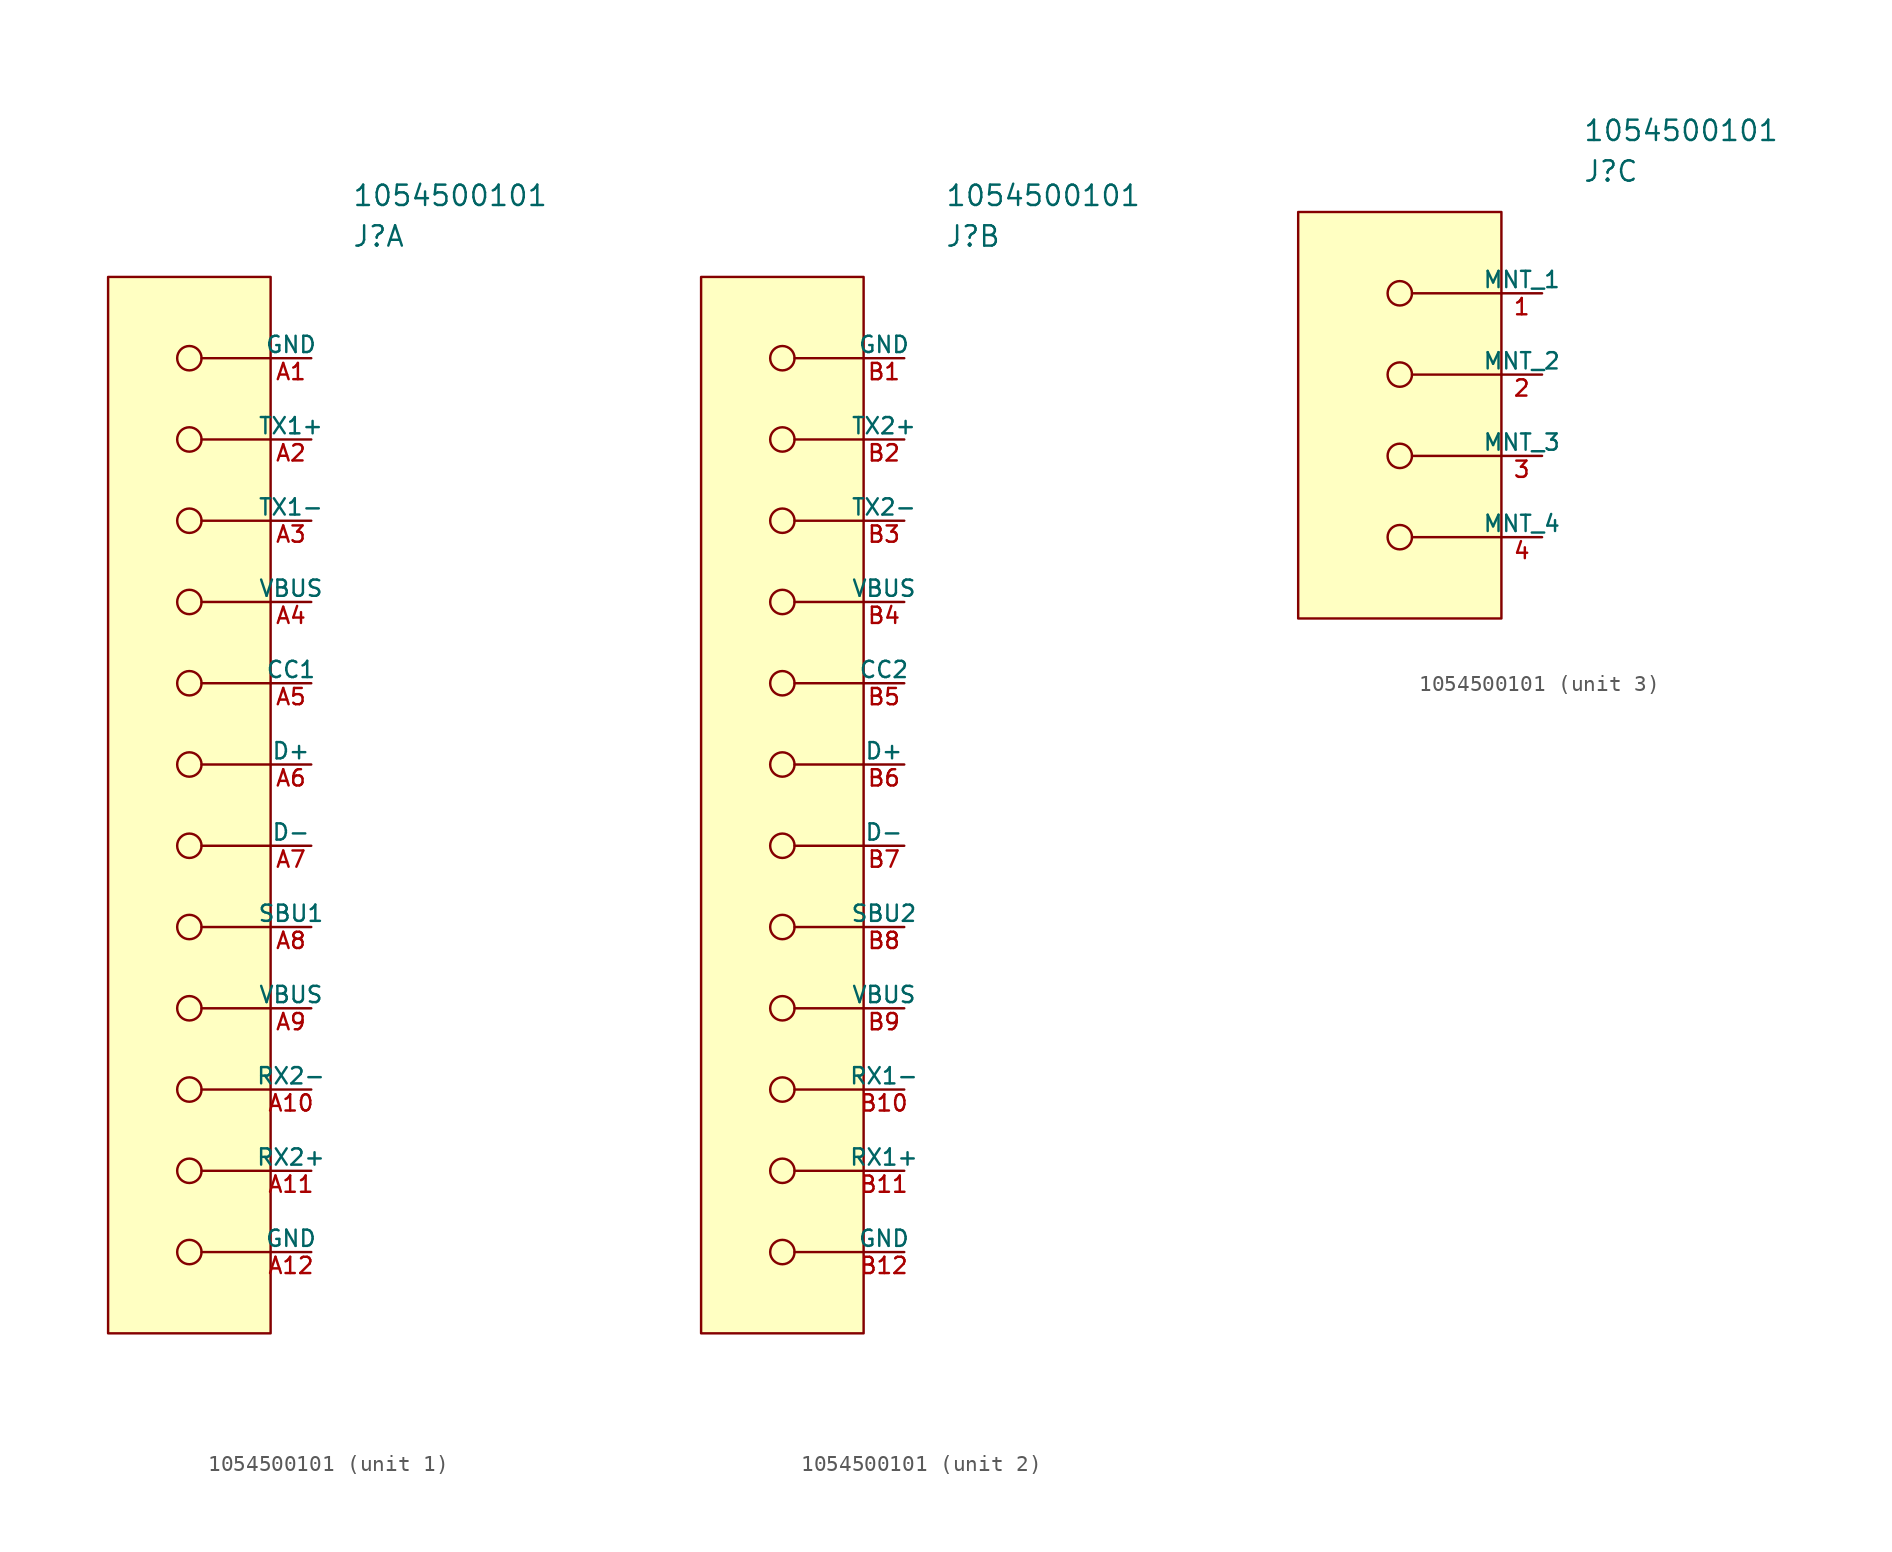
<source format=kicad_sym>
(kicad_symbol_lib
  (version 20210619)
  (generator kicad_symbol_editor)
  (symbol "1054500101"
    (pin_names
      (offset 0))
    (property "Reference" "J"
      (at 0 7.62 0)
      (effects (font (size 1.27 1.27)) (justify left)))
    (property "Value" "1054500101"
      (at 0 10.16 0)
      (effects (font (size 1.27 1.27)) (justify left)))
    (property "ki_locked" ""
      (at 0 0 0)
      (effects (font (size 1.27 1.27))))
    (symbol "1054500101_1_1"
      (circle (center -10.16 -55.88) (radius 0.762) (stroke (width 0)) (fill (type none)))
      (circle (center -10.16 -50.8) (radius 0.762) (stroke (width 0)) (fill (type none)))
      (circle (center -10.16 -45.72) (radius 0.762) (stroke (width 0)) (fill (type none)))
      (circle (center -10.16 -40.64) (radius 0.762) (stroke (width 0)) (fill (type none)))
      (circle (center -10.16 -35.56) (radius 0.762) (stroke (width 0)) (fill (type none)))
      (circle (center -10.16 -30.48) (radius 0.762) (stroke (width 0)) (fill (type none)))
      (circle (center -10.16 -25.4) (radius 0.762) (stroke (width 0)) (fill (type none)))
      (circle (center -10.16 -20.32) (radius 0.762) (stroke (width 0)) (fill (type none)))
      (circle (center -10.16 -15.24) (radius 0.762) (stroke (width 0)) (fill (type none)))
      (circle (center -10.16 -10.16) (radius 0.762) (stroke (width 0)) (fill (type none)))
      (circle (center -10.16 -5.08) (radius 0.762) (stroke (width 0)) (fill (type none)))
      (circle (center -10.16 0) (radius 0.762) (stroke (width 0)) (fill (type none)))
      (rectangle (start -15.24 5.08) (end -5.08 -60.96) (stroke (width 0)) (fill (type background)))
      (polyline (pts (xy -9.398 -55.88) (xy -5.08 -55.88)) (stroke (width 0)) (fill (type none)))
      (polyline (pts (xy -9.398 -50.8) (xy -5.08 -50.8)) (stroke (width 0)) (fill (type none)))
      (polyline (pts (xy -9.398 -45.72) (xy -5.08 -45.72)) (stroke (width 0)) (fill (type none)))
      (polyline (pts (xy -9.398 -40.64) (xy -5.08 -40.64)) (stroke (width 0)) (fill (type none)))
      (polyline (pts (xy -9.398 -35.56) (xy -5.08 -35.56)) (stroke (width 0)) (fill (type none)))
      (polyline (pts (xy -9.398 -30.48) (xy -5.08 -30.48)) (stroke (width 0)) (fill (type none)))
      (polyline (pts (xy -9.398 -25.4) (xy -5.08 -25.4)) (stroke (width 0)) (fill (type none)))
      (polyline (pts (xy -9.398 -20.32) (xy -5.08 -20.32)) (stroke (width 0)) (fill (type none)))
      (polyline (pts (xy -9.398 -15.24) (xy -5.08 -15.24)) (stroke (width 0)) (fill (type none)))
      (polyline (pts (xy -9.398 -10.16) (xy -5.08 -10.16)) (stroke (width 0)) (fill (type none)))
      (polyline (pts (xy -9.398 -5.08) (xy -5.08 -5.08)) (stroke (width 0)) (fill (type none)))
      (polyline (pts (xy -9.398 0) (xy -5.08 0)) (stroke (width 0)) (fill (type none)))
      (pin passive line (at -2.54 0 180) (length 2.54) (name "GND" (effects (font (size 1.016 1.016)))) (number "A1" (effects (font (size 1.016 1.016)))))
      (pin passive line (at -2.54 -45.72 180) (length 2.54) (name "RX2-" (effects (font (size 1.016 1.016)))) (number "A10" (effects (font (size 1.016 1.016)))))
      (pin passive line (at -2.54 -50.8 180) (length 2.54) (name "RX2+" (effects (font (size 1.016 1.016)))) (number "A11" (effects (font (size 1.016 1.016)))))
      (pin passive line (at -2.54 -55.88 180) (length 2.54) (name "GND" (effects (font (size 1.016 1.016)))) (number "A12" (effects (font (size 1.016 1.016)))))
      (pin passive line (at -2.54 -5.08 180) (length 2.54) (name "TX1+" (effects (font (size 1.016 1.016)))) (number "A2" (effects (font (size 1.016 1.016)))))
      (pin passive line (at -2.54 -10.16 180) (length 2.54) (name "TX1-" (effects (font (size 1.016 1.016)))) (number "A3" (effects (font (size 1.016 1.016)))))
      (pin passive line (at -2.54 -15.24 180) (length 2.54) (name "VBUS" (effects (font (size 1.016 1.016)))) (number "A4" (effects (font (size 1.016 1.016)))))
      (pin passive line (at -2.54 -20.32 180) (length 2.54) (name "CC1" (effects (font (size 1.016 1.016)))) (number "A5" (effects (font (size 1.016 1.016)))))
      (pin passive line (at -2.54 -25.4 180) (length 2.54) (name "D+" (effects (font (size 1.016 1.016)))) (number "A6" (effects (font (size 1.016 1.016)))))
      (pin passive line (at -2.54 -30.48 180) (length 2.54) (name "D-" (effects (font (size 1.016 1.016)))) (number "A7" (effects (font (size 1.016 1.016)))))
      (pin passive line (at -2.54 -35.56 180) (length 2.54) (name "SBU1" (effects (font (size 1.016 1.016)))) (number "A8" (effects (font (size 1.016 1.016)))))
      (pin passive line (at -2.54 -40.64 180) (length 2.54) (name "VBUS" (effects (font (size 1.016 1.016)))) (number "A9" (effects (font (size 1.016 1.016))))))
    (symbol "1054500101_2_1"
      (circle (center -10.16 -55.88) (radius 0.762) (stroke (width 0)) (fill (type none)))
      (circle (center -10.16 -50.8) (radius 0.762) (stroke (width 0)) (fill (type none)))
      (circle (center -10.16 -45.72) (radius 0.762) (stroke (width 0)) (fill (type none)))
      (circle (center -10.16 -40.64) (radius 0.762) (stroke (width 0)) (fill (type none)))
      (circle (center -10.16 -35.56) (radius 0.762) (stroke (width 0)) (fill (type none)))
      (circle (center -10.16 -30.48) (radius 0.762) (stroke (width 0)) (fill (type none)))
      (circle (center -10.16 -25.4) (radius 0.762) (stroke (width 0)) (fill (type none)))
      (circle (center -10.16 -20.32) (radius 0.762) (stroke (width 0)) (fill (type none)))
      (circle (center -10.16 -15.24) (radius 0.762) (stroke (width 0)) (fill (type none)))
      (circle (center -10.16 -10.16) (radius 0.762) (stroke (width 0)) (fill (type none)))
      (circle (center -10.16 -5.08) (radius 0.762) (stroke (width 0)) (fill (type none)))
      (circle (center -10.16 0) (radius 0.762) (stroke (width 0)) (fill (type none)))
      (rectangle (start -15.24 5.08) (end -5.08 -60.96) (stroke (width 0)) (fill (type background)))
      (polyline (pts (xy -9.398 -55.88) (xy -5.08 -55.88)) (stroke (width 0)) (fill (type none)))
      (polyline (pts (xy -9.398 -50.8) (xy -5.08 -50.8)) (stroke (width 0)) (fill (type none)))
      (polyline (pts (xy -9.398 -45.72) (xy -5.08 -45.72)) (stroke (width 0)) (fill (type none)))
      (polyline (pts (xy -9.398 -40.64) (xy -5.08 -40.64)) (stroke (width 0)) (fill (type none)))
      (polyline (pts (xy -9.398 -35.56) (xy -5.08 -35.56)) (stroke (width 0)) (fill (type none)))
      (polyline (pts (xy -9.398 -30.48) (xy -5.08 -30.48)) (stroke (width 0)) (fill (type none)))
      (polyline (pts (xy -9.398 -25.4) (xy -5.08 -25.4)) (stroke (width 0)) (fill (type none)))
      (polyline (pts (xy -9.398 -20.32) (xy -5.08 -20.32)) (stroke (width 0)) (fill (type none)))
      (polyline (pts (xy -9.398 -15.24) (xy -5.08 -15.24)) (stroke (width 0)) (fill (type none)))
      (polyline (pts (xy -9.398 -10.16) (xy -5.08 -10.16)) (stroke (width 0)) (fill (type none)))
      (polyline (pts (xy -9.398 -5.08) (xy -5.08 -5.08)) (stroke (width 0)) (fill (type none)))
      (polyline (pts (xy -9.398 0) (xy -5.08 0)) (stroke (width 0)) (fill (type none)))
      (pin passive line (at -2.54 0 180) (length 2.54) (name "GND" (effects (font (size 1.016 1.016)))) (number "B1" (effects (font (size 1.016 1.016)))))
      (pin passive line (at -2.54 -45.72 180) (length 2.54) (name "RX1-" (effects (font (size 1.016 1.016)))) (number "B10" (effects (font (size 1.016 1.016)))))
      (pin passive line (at -2.54 -50.8 180) (length 2.54) (name "RX1+" (effects (font (size 1.016 1.016)))) (number "B11" (effects (font (size 1.016 1.016)))))
      (pin passive line (at -2.54 -55.88 180) (length 2.54) (name "GND" (effects (font (size 1.016 1.016)))) (number "B12" (effects (font (size 1.016 1.016)))))
      (pin passive line (at -2.54 -5.08 180) (length 2.54) (name "TX2+" (effects (font (size 1.016 1.016)))) (number "B2" (effects (font (size 1.016 1.016)))))
      (pin passive line (at -2.54 -10.16 180) (length 2.54) (name "TX2-" (effects (font (size 1.016 1.016)))) (number "B3" (effects (font (size 1.016 1.016)))))
      (pin passive line (at -2.54 -15.24 180) (length 2.54) (name "VBUS" (effects (font (size 1.016 1.016)))) (number "B4" (effects (font (size 1.016 1.016)))))
      (pin passive line (at -2.54 -20.32 180) (length 2.54) (name "CC2" (effects (font (size 1.016 1.016)))) (number "B5" (effects (font (size 1.016 1.016)))))
      (pin passive line (at -2.54 -25.4 180) (length 2.54) (name "D+" (effects (font (size 1.016 1.016)))) (number "B6" (effects (font (size 1.016 1.016)))))
      (pin passive line (at -2.54 -30.48 180) (length 2.54) (name "D-" (effects (font (size 1.016 1.016)))) (number "B7" (effects (font (size 1.016 1.016)))))
      (pin passive line (at -2.54 -35.56 180) (length 2.54) (name "SBU2" (effects (font (size 1.016 1.016)))) (number "B8" (effects (font (size 1.016 1.016)))))
      (pin passive line (at -2.54 -40.64 180) (length 2.54) (name "VBUS" (effects (font (size 1.016 1.016)))) (number "B9" (effects (font (size 1.016 1.016))))))
    (symbol "1054500101_3_1"
      (circle (center -11.43 -15.24) (radius 0.762) (stroke (width 0)) (fill (type none)))
      (circle (center -11.43 -10.16) (radius 0.762) (stroke (width 0)) (fill (type none)))
      (circle (center -11.43 -5.08) (radius 0.762) (stroke (width 0)) (fill (type none)))
      (circle (center -11.43 0) (radius 0.762) (stroke (width 0)) (fill (type none)))
      (rectangle (start -17.78 5.08) (end -5.08 -20.32) (stroke (width 0)) (fill (type background)))
      (polyline (pts (xy -10.668 -15.24) (xy -5.08 -15.24)) (stroke (width 0)) (fill (type none)))
      (polyline (pts (xy -10.668 -10.16) (xy -5.08 -10.16)) (stroke (width 0)) (fill (type none)))
      (polyline (pts (xy -10.668 -5.08) (xy -5.08 -5.08)) (stroke (width 0)) (fill (type none)))
      (polyline (pts (xy -10.668 0) (xy -5.08 0)) (stroke (width 0)) (fill (type none)))
      (pin passive line (at -2.54 0 180) (length 2.54) (name "MNT_1" (effects (font (size 1.016 1.016)))) (number "1" (effects (font (size 1.016 1.016)))))
      (pin passive line (at -2.54 -5.08 180) (length 2.54) (name "MNT_2" (effects (font (size 1.016 1.016)))) (number "2" (effects (font (size 1.016 1.016)))))
      (pin passive line (at -2.54 -10.16 180) (length 2.54) (name "MNT_3" (effects (font (size 1.016 1.016)))) (number "3" (effects (font (size 1.016 1.016)))))
      (pin passive line (at -2.54 -15.24 180) (length 2.54) (name "MNT_4" (effects (font (size 1.016 1.016)))) (number "4" (effects (font (size 1.016 1.016))))))))
</source>
